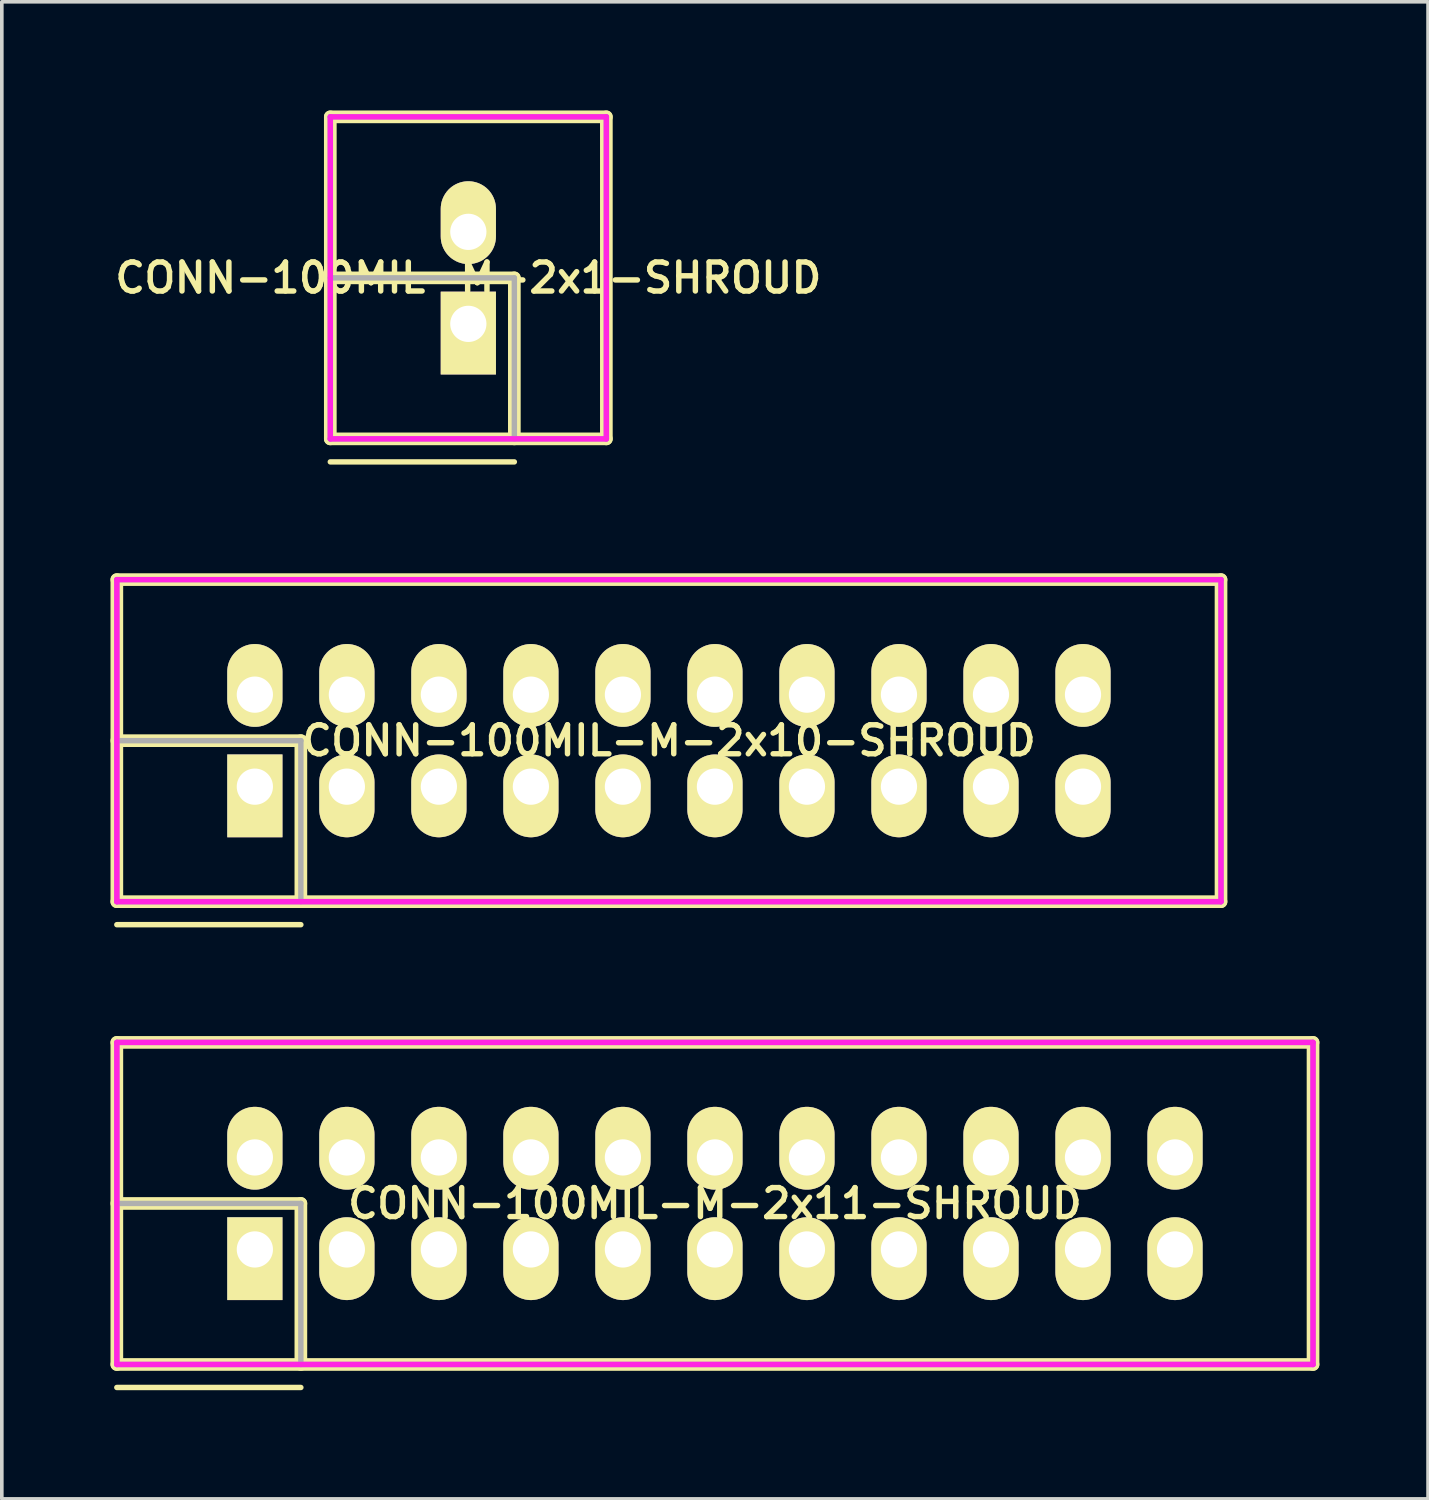
<source format=kicad_pcb>
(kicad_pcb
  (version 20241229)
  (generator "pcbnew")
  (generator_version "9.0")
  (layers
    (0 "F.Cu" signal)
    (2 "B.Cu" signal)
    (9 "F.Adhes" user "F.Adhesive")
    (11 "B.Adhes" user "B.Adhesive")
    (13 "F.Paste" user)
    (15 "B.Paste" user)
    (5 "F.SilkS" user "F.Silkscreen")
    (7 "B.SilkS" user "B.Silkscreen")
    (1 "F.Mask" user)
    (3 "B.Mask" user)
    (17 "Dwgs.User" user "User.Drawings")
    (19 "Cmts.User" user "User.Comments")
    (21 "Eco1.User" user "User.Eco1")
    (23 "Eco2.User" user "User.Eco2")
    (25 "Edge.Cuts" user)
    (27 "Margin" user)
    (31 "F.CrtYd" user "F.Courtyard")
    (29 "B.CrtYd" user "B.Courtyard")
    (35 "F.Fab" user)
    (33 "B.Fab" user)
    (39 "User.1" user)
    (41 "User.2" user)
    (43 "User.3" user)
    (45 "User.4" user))
  (footprint "CONN-100MIL-M-2x10-SHROUD"
    (layer "F.Cu")
    (at 15.415 17.395)
    (property "Reference" "CONN-100MIL-M-2x10-SHROUD" (at 0 0 0) (layer "F.SilkS") (effects (font (size 0.8 0.8) (thickness 0.15))))
    (attr through_hole)
    (fp_line (start -15.24 -4.445) (end 15.24 -4.445) (stroke (width 0.35) (type solid)) (layer "F.SilkS"))
    (fp_line (start -15.24 0) (end -10.16 0) (stroke (width 0.35) (type solid)) (layer "F.SilkS"))
    (fp_line (start -15.24 4.445) (end -15.24 -4.445) (stroke (width 0.35) (type solid)) (layer "F.SilkS"))
    (fp_line (start -15.24 5.08) (end -10.16 5.08) (stroke (width 0.15) (type solid)) (layer "F.SilkS"))
    (fp_line (start -10.16 0) (end -10.16 4.445) (stroke (width 0.35) (type solid)) (layer "F.SilkS"))
    (fp_line (start 15.24 -4.445) (end 15.24 4.445) (stroke (width 0.35) (type solid)) (layer "F.SilkS"))
    (fp_line (start 15.24 4.445) (end -15.24 4.445) (stroke (width 0.35) (type solid)) (layer "F.SilkS"))
    (fp_line (start -15.24 -4.445) (end 15.24 -4.445) (stroke (width 0.15) (type solid)) (layer "F.CrtYd"))
    (fp_line (start -15.24 4.445) (end -15.24 -4.445) (stroke (width 0.15) (type solid)) (layer "F.CrtYd"))
    (fp_line (start 15.24 -4.445) (end 15.24 4.445) (stroke (width 0.15) (type solid)) (layer "F.CrtYd"))
    (fp_line (start 15.24 4.445) (end -15.24 4.445) (stroke (width 0.15) (type solid)) (layer "F.CrtYd"))
    (fp_line (start -15.24 -4.445) (end 15.24 -4.445) (stroke (width 0.15) (type solid)) (layer "F.Fab"))
    (fp_line (start -15.24 0) (end -10.16 0) (stroke (width 0.15) (type solid)) (layer "F.Fab"))
    (fp_line (start -15.24 4.445) (end -15.24 -4.445) (stroke (width 0.15) (type solid)) (layer "F.Fab"))
    (fp_line (start -10.16 0) (end -10.16 4.445) (stroke (width 0.15) (type solid)) (layer "F.Fab"))
    (fp_line (start 15.24 -4.445) (end 15.24 4.445) (stroke (width 0.15) (type solid)) (layer "F.Fab"))
    (fp_line (start 15.24 4.445) (end -15.24 4.445) (stroke (width 0.15) (type solid)) (layer "F.Fab"))
    (pad "1" thru_hole rect (at -11.43 1.27) (size 1.524 2.286) (drill 1 (offset 0 0.254)) (layers "*.Cu" "*.Mask" "F.SilkS"))
    (pad "2" thru_hole oval (at -11.43 -1.27) (size 1.524 2.286) (drill 1 (offset 0 -0.254)) (layers "*.Cu" "*.Mask" "F.SilkS"))
    (pad "3" thru_hole oval (at -8.89 1.27) (size 1.524 2.286) (drill 1 (offset 0 0.254)) (layers "*.Cu" "*.Mask" "F.SilkS"))
    (pad "4" thru_hole oval (at -8.89 -1.27) (size 1.524 2.286) (drill 1 (offset 0 -0.254)) (layers "*.Cu" "*.Mask" "F.SilkS"))
    (pad "5" thru_hole oval (at -6.35 1.27) (size 1.524 2.286) (drill 1 (offset 0 0.254)) (layers "*.Cu" "*.Mask" "F.SilkS"))
    (pad "6" thru_hole oval (at -6.35 -1.27) (size 1.524 2.286) (drill 1 (offset 0 -0.254)) (layers "*.Cu" "*.Mask" "F.SilkS"))
    (pad "7" thru_hole oval (at -3.81 1.27) (size 1.524 2.286) (drill 1 (offset 0 0.254)) (layers "*.Cu" "*.Mask" "F.SilkS"))
    (pad "8" thru_hole oval (at -3.81 -1.27) (size 1.524 2.286) (drill 1 (offset 0 -0.254)) (layers "*.Cu" "*.Mask" "F.SilkS"))
    (pad "9" thru_hole oval (at -1.27 1.27) (size 1.524 2.286) (drill 1 (offset 0 0.254)) (layers "*.Cu" "*.Mask" "F.SilkS"))
    (pad "10" thru_hole oval (at -1.27 -1.27) (size 1.524 2.286) (drill 1 (offset 0 -0.254)) (layers "*.Cu" "*.Mask" "F.SilkS"))
    (pad "11" thru_hole oval (at 1.27 1.27) (size 1.524 2.286) (drill 1 (offset 0 0.254)) (layers "*.Cu" "*.Mask" "F.SilkS"))
    (pad "12" thru_hole oval (at 1.27 -1.27) (size 1.524 2.286) (drill 1 (offset 0 -0.254)) (layers "*.Cu" "*.Mask" "F.SilkS"))
    (pad "13" thru_hole oval (at 3.81 1.27) (size 1.524 2.286) (drill 1 (offset 0 0.254)) (layers "*.Cu" "*.Mask" "F.SilkS"))
    (pad "14" thru_hole oval (at 3.81 -1.27) (size 1.524 2.286) (drill 1 (offset 0 -0.254)) (layers "*.Cu" "*.Mask" "F.SilkS"))
    (pad "15" thru_hole oval (at 6.35 1.27) (size 1.524 2.286) (drill 1 (offset 0 0.254)) (layers "*.Cu" "*.Mask" "F.SilkS"))
    (pad "16" thru_hole oval (at 6.35 -1.27) (size 1.524 2.286) (drill 1 (offset 0 -0.254)) (layers "*.Cu" "*.Mask" "F.SilkS"))
    (pad "17" thru_hole oval (at 8.89 1.27) (size 1.524 2.286) (drill 1 (offset 0 0.254)) (layers "*.Cu" "*.Mask" "F.SilkS"))
    (pad "18" thru_hole oval (at 8.89 -1.27) (size 1.524 2.286) (drill 1 (offset 0 -0.254)) (layers "*.Cu" "*.Mask" "F.SilkS"))
    (pad "19" thru_hole oval (at 11.43 1.27) (size 1.524 2.286) (drill 1 (offset 0 0.254)) (layers "*.Cu" "*.Mask" "F.SilkS"))
    (pad "20" thru_hole oval (at 11.43 -1.27) (size 1.524 2.286) (drill 1 (offset 0 -0.254)) (layers "*.Cu" "*.Mask" "F.SilkS")))
  (footprint "CONN-100MIL-M-2x11-SHROUD"
    (layer "F.Cu")
    (at 16.685 30.17)
    (property "Reference" "CONN-100MIL-M-2x11-SHROUD" (at 0 0 0) (layer "F.SilkS") (effects (font (size 0.8 0.8) (thickness 0.15))))
    (attr through_hole)
    (fp_line (start -16.51 -4.445) (end 16.51 -4.445) (stroke (width 0.35) (type solid)) (layer "F.SilkS"))
    (fp_line (start -16.51 0) (end -11.43 0) (stroke (width 0.35) (type solid)) (layer "F.SilkS"))
    (fp_line (start -16.51 4.445) (end -16.51 -4.445) (stroke (width 0.35) (type solid)) (layer "F.SilkS"))
    (fp_line (start -16.51 5.08) (end -11.43 5.08) (stroke (width 0.15) (type solid)) (layer "F.SilkS"))
    (fp_line (start -11.43 0) (end -11.43 4.445) (stroke (width 0.35) (type solid)) (layer "F.SilkS"))
    (fp_line (start 16.51 -4.445) (end 16.51 4.445) (stroke (width 0.35) (type solid)) (layer "F.SilkS"))
    (fp_line (start 16.51 4.445) (end -16.51 4.445) (stroke (width 0.35) (type solid)) (layer "F.SilkS"))
    (fp_line (start -16.51 -4.445) (end 16.51 -4.445) (stroke (width 0.15) (type solid)) (layer "F.CrtYd"))
    (fp_line (start -16.51 4.445) (end -16.51 -4.445) (stroke (width 0.15) (type solid)) (layer "F.CrtYd"))
    (fp_line (start 16.51 -4.445) (end 16.51 4.445) (stroke (width 0.15) (type solid)) (layer "F.CrtYd"))
    (fp_line (start 16.51 4.445) (end -16.51 4.445) (stroke (width 0.15) (type solid)) (layer "F.CrtYd"))
    (fp_line (start -16.51 -4.445) (end 16.51 -4.445) (stroke (width 0.15) (type solid)) (layer "F.Fab"))
    (fp_line (start -16.51 0) (end -11.43 0) (stroke (width 0.15) (type solid)) (layer "F.Fab"))
    (fp_line (start -16.51 4.445) (end -16.51 -4.445) (stroke (width 0.15) (type solid)) (layer "F.Fab"))
    (fp_line (start -11.43 0) (end -11.43 4.445) (stroke (width 0.15) (type solid)) (layer "F.Fab"))
    (fp_line (start 16.51 -4.445) (end 16.51 4.445) (stroke (width 0.15) (type solid)) (layer "F.Fab"))
    (fp_line (start 16.51 4.445) (end -16.51 4.445) (stroke (width 0.15) (type solid)) (layer "F.Fab"))
    (pad "1" thru_hole rect (at -12.7 1.27) (size 1.524 2.286) (drill 1 (offset 0 0.254)) (layers "*.Cu" "*.Mask" "F.SilkS"))
    (pad "2" thru_hole oval (at -12.7 -1.27) (size 1.524 2.286) (drill 1 (offset 0 -0.254)) (layers "*.Cu" "*.Mask" "F.SilkS"))
    (pad "3" thru_hole oval (at -10.16 1.27) (size 1.524 2.286) (drill 1 (offset 0 0.254)) (layers "*.Cu" "*.Mask" "F.SilkS"))
    (pad "4" thru_hole oval (at -10.16 -1.27) (size 1.524 2.286) (drill 1 (offset 0 -0.254)) (layers "*.Cu" "*.Mask" "F.SilkS"))
    (pad "5" thru_hole oval (at -7.62 1.27) (size 1.524 2.286) (drill 1 (offset 0 0.254)) (layers "*.Cu" "*.Mask" "F.SilkS"))
    (pad "6" thru_hole oval (at -7.62 -1.27) (size 1.524 2.286) (drill 1 (offset 0 -0.254)) (layers "*.Cu" "*.Mask" "F.SilkS"))
    (pad "7" thru_hole oval (at -5.08 1.27) (size 1.524 2.286) (drill 1 (offset 0 0.254)) (layers "*.Cu" "*.Mask" "F.SilkS"))
    (pad "8" thru_hole oval (at -5.08 -1.27) (size 1.524 2.286) (drill 1 (offset 0 -0.254)) (layers "*.Cu" "*.Mask" "F.SilkS"))
    (pad "9" thru_hole oval (at -2.54 1.27) (size 1.524 2.286) (drill 1 (offset 0 0.254)) (layers "*.Cu" "*.Mask" "F.SilkS"))
    (pad "10" thru_hole oval (at -2.54 -1.27) (size 1.524 2.286) (drill 1 (offset 0 -0.254)) (layers "*.Cu" "*.Mask" "F.SilkS"))
    (pad "11" thru_hole oval (at 0 1.27) (size 1.524 2.286) (drill 1 (offset 0 0.254)) (layers "*.Cu" "*.Mask" "F.SilkS"))
    (pad "12" thru_hole oval (at 0 -1.27) (size 1.524 2.286) (drill 1 (offset 0 -0.254)) (layers "*.Cu" "*.Mask" "F.SilkS"))
    (pad "13" thru_hole oval (at 2.54 1.27) (size 1.524 2.286) (drill 1 (offset 0 0.254)) (layers "*.Cu" "*.Mask" "F.SilkS"))
    (pad "14" thru_hole oval (at 2.54 -1.27) (size 1.524 2.286) (drill 1 (offset 0 -0.254)) (layers "*.Cu" "*.Mask" "F.SilkS"))
    (pad "15" thru_hole oval (at 5.08 1.27) (size 1.524 2.286) (drill 1 (offset 0 0.254)) (layers "*.Cu" "*.Mask" "F.SilkS"))
    (pad "16" thru_hole oval (at 5.08 -1.27) (size 1.524 2.286) (drill 1 (offset 0 -0.254)) (layers "*.Cu" "*.Mask" "F.SilkS"))
    (pad "17" thru_hole oval (at 7.62 1.27) (size 1.524 2.286) (drill 1 (offset 0 0.254)) (layers "*.Cu" "*.Mask" "F.SilkS"))
    (pad "18" thru_hole oval (at 7.62 -1.27) (size 1.524 2.286) (drill 1 (offset 0 -0.254)) (layers "*.Cu" "*.Mask" "F.SilkS"))
    (pad "19" thru_hole oval (at 10.16 1.27) (size 1.524 2.286) (drill 1 (offset 0 0.254)) (layers "*.Cu" "*.Mask" "F.SilkS"))
    (pad "20" thru_hole oval (at 10.16 -1.27) (size 1.524 2.286) (drill 1 (offset 0 -0.254)) (layers "*.Cu" "*.Mask" "F.SilkS"))
    (pad "21" thru_hole oval (at 12.7 1.27) (size 1.524 2.286) (drill 1 (offset 0 0.254)) (layers "*.Cu" "*.Mask" "F.SilkS"))
    (pad "22" thru_hole oval (at 12.7 -1.27) (size 1.524 2.286) (drill 1 (offset 0 -0.254)) (layers "*.Cu" "*.Mask" "F.SilkS")))
  (footprint "CONN-100MIL-M-2x1-SHROUD"
    (layer "F.Cu")
    (at 9.878 4.62)
    (property "Reference" "CONN-100MIL-M-2x1-SHROUD" (at 0 0 0) (layer "F.SilkS") (effects (font (size 0.8 0.8) (thickness 0.15))))
    (attr through_hole)
    (fp_line (start -3.81 -4.445) (end 3.81 -4.445) (stroke (width 0.35) (type solid)) (layer "F.SilkS"))
    (fp_line (start -3.81 0) (end 1.27 0) (stroke (width 0.35) (type solid)) (layer "F.SilkS"))
    (fp_line (start -3.81 4.445) (end -3.81 -4.445) (stroke (width 0.35) (type solid)) (layer "F.SilkS"))
    (fp_line (start -3.81 5.08) (end 1.27 5.08) (stroke (width 0.15) (type solid)) (layer "F.SilkS"))
    (fp_line (start 1.27 0) (end 1.27 4.445) (stroke (width 0.35) (type solid)) (layer "F.SilkS"))
    (fp_line (start 3.81 -4.445) (end 3.81 4.445) (stroke (width 0.35) (type solid)) (layer "F.SilkS"))
    (fp_line (start 3.81 4.445) (end -3.81 4.445) (stroke (width 0.35) (type solid)) (layer "F.SilkS"))
    (fp_line (start -3.81 -4.445) (end 3.81 -4.445) (stroke (width 0.15) (type solid)) (layer "F.CrtYd"))
    (fp_line (start -3.81 4.445) (end -3.81 -4.445) (stroke (width 0.15) (type solid)) (layer "F.CrtYd"))
    (fp_line (start 3.81 -4.445) (end 3.81 4.445) (stroke (width 0.15) (type solid)) (layer "F.CrtYd"))
    (fp_line (start 3.81 4.445) (end -3.81 4.445) (stroke (width 0.15) (type solid)) (layer "F.CrtYd"))
    (fp_line (start -3.81 -4.445) (end 3.81 -4.445) (stroke (width 0.15) (type solid)) (layer "F.Fab"))
    (fp_line (start -3.81 0) (end 1.27 0) (stroke (width 0.15) (type solid)) (layer "F.Fab"))
    (fp_line (start -3.81 4.445) (end -3.81 -4.445) (stroke (width 0.15) (type solid)) (layer "F.Fab"))
    (fp_line (start 1.27 0) (end 1.27 4.445) (stroke (width 0.15) (type solid)) (layer "F.Fab"))
    (fp_line (start 3.81 -4.445) (end 3.81 4.445) (stroke (width 0.15) (type solid)) (layer "F.Fab"))
    (fp_line (start 3.81 4.445) (end -3.81 4.445) (stroke (width 0.15) (type solid)) (layer "F.Fab"))
    (pad "1" thru_hole rect (at 0 1.27) (size 1.524 2.286) (drill 1 (offset 0 0.254)) (layers "*.Cu" "*.Mask" "F.SilkS"))
    (pad "2" thru_hole oval (at 0 -1.27) (size 1.524 2.286) (drill 1 (offset 0 -0.254)) (layers "*.Cu" "*.Mask" "F.SilkS")))
  (gr_rect
    (start -3 -3)
    (end 36.37 38.325)
    (stroke (width 0.1) (type default))
    (fill no)
    (layer "Edge.Cuts")))
</source>
